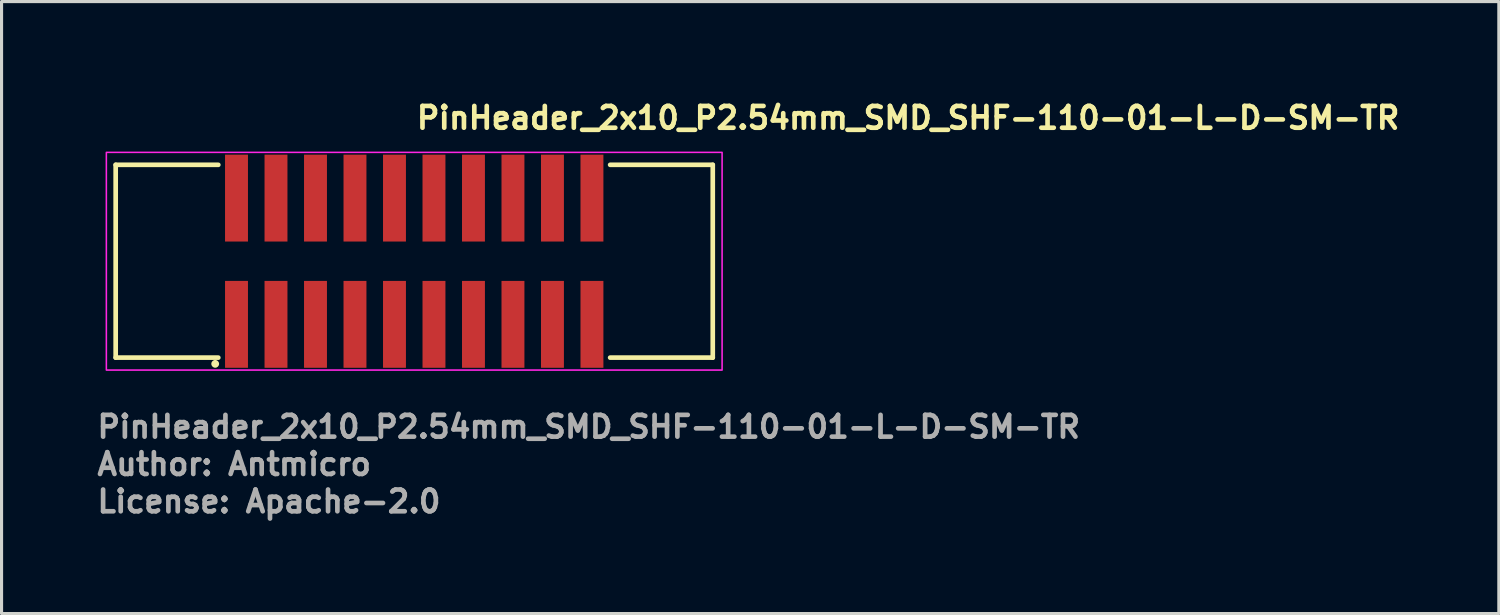
<source format=kicad_pcb>
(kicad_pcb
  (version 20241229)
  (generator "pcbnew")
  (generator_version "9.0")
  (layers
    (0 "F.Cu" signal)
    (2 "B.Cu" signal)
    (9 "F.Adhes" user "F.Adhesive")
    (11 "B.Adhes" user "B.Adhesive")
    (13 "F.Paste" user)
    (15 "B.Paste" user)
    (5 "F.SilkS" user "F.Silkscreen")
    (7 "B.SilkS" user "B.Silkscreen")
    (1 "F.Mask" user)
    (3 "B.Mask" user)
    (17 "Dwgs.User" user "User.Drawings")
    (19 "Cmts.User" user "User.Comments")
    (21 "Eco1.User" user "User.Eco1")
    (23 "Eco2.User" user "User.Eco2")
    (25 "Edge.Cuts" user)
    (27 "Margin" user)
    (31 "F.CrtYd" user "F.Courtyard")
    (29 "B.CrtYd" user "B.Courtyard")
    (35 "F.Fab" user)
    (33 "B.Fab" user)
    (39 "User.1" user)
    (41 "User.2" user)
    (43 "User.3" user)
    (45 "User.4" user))
  (footprint "PinHeader_2x10_P2.54mm_SMD_SHF-110-01-L-D-SM-TR"
    (layer "F.Cu")
    (at 10.27 5.35)
    (property "Reference" "PinHeader_2x10_P2.54mm_SMD_SHF-110-01-L-D-SM-TR" (at 0 -4.2 0) (unlocked yes) (layer "F.SilkS") (effects (font (size 0.7 0.7) (thickness 0.15)) (justify left bottom)))
    (attr smd)
    (fp_line (start -9.6 -3.1) (end -9.6 3.1) (stroke (width 0.15) (type solid)) (layer "F.SilkS"))
    (fp_line (start -9.6 3.1) (end -6.3 3.1) (stroke (width 0.15) (type solid)) (layer "F.SilkS"))
    (fp_line (start -6.3 -3.1) (end -9.6 -3.1) (stroke (width 0.15) (type solid)) (layer "F.SilkS"))
    (fp_line (start 6.3 3.1) (end 9.6 3.1) (stroke (width 0.15) (type solid)) (layer "F.SilkS"))
    (fp_line (start 9.6 -3.1) (end 6.3 -3.1) (stroke (width 0.15) (type solid)) (layer "F.SilkS"))
    (fp_line (start 9.6 3.1) (end 9.6 -3.1) (stroke (width 0.15) (type solid)) (layer "F.SilkS"))
    (fp_circle (center -6.4 3.3) (end -6.35 3.3) (stroke (width 0.15) (type solid)) (fill yes) (layer "F.SilkS"))
    (fp_rect (start -9.9 -3.5) (end 9.9 3.5) (stroke (width 0.05) (type solid)) (fill no) (layer "F.CrtYd"))
    (fp_rect (start -9.525 -3.048) (end 9.525 3.048) (stroke (width 0.1) (type solid)) (fill no) (layer "User.5"))
    (fp_line (start -9.525 -0.635) (end -9.525 -3.048) (stroke (width 0.02) (type solid)) (layer "User.9"))
    (fp_line (start -9.525 -0.635) (end -9.398 -0.635) (stroke (width 0.02) (type solid)) (layer "User.9"))
    (fp_line (start -9.525 2.54) (end -9.525 0.635) (stroke (width 0.02) (type solid)) (layer "User.9"))
    (fp_line (start -9.398 -0.635) (end -9.398 0.635) (stroke (width 0.02) (type solid)) (layer "User.9"))
    (fp_line (start -9.398 0.635) (end -9.525 0.635) (stroke (width 0.02) (type solid)) (layer "User.9"))
    (fp_line (start -8.913 -2.055) (end -8.913 2.055) (stroke (width 0.02) (type solid)) (layer "User.9"))
    (fp_line (start -8.913 -2.055) (end -8.636 -1.778) (stroke (width 0.02) (type solid)) (layer "User.9"))
    (fp_line (start -8.913 2.055) (end -8.636 1.778) (stroke (width 0.02) (type solid)) (layer "User.9"))
    (fp_line (start -8.913 2.055) (end -1.27 2.055) (stroke (width 0.02) (type solid)) (layer "User.9"))
    (fp_line (start -8.636 -1.778) (end -8.636 1.778) (stroke (width 0.02) (type solid)) (layer "User.9"))
    (fp_line (start -8.636 1.778) (end -1.27 1.778) (stroke (width 0.02) (type solid)) (layer "User.9"))
    (fp_line (start -8.585 -3.048) (end -9.525 -3.048) (stroke (width 0.02) (type solid)) (layer "User.9"))
    (fp_line (start -8.585 -2.54) (end -8.585 -3.048) (stroke (width 0.02) (type solid)) (layer "User.9"))
    (fp_line (start -6.223 2.286) (end -6.223 2.54) (stroke (width 0.02) (type solid)) (layer "User.9"))
    (fp_line (start -6.223 2.286) (end -6.223 2.54) (stroke (width 0.02) (type solid)) (layer "User.9"))
    (fp_line (start -6.223 2.54) (end -9.525 2.54) (stroke (width 0.02) (type solid)) (layer "User.9"))
    (fp_line (start -6.198 2.54) (end -6.223 2.54) (stroke (width 0.02) (type solid)) (layer "User.9"))
    (fp_line (start -6.198 2.54) (end -6.198 2.311) (stroke (width 0.02) (type solid)) (layer "User.9"))
    (fp_line (start -5.918 -3.048) (end -5.918 -2.946) (stroke (width 0.02) (type solid)) (layer "User.9"))
    (fp_line (start -5.918 -2.946) (end -5.918 -2.54) (stroke (width 0.02) (type solid)) (layer "User.9"))
    (fp_line (start -5.918 -0.838) (end -5.918 -0.737) (stroke (width 0.02) (type solid)) (layer "User.9"))
    (fp_line (start -5.918 -0.737) (end -5.918 -0.533) (stroke (width 0.02) (type solid)) (layer "User.9"))
    (fp_line (start -5.918 -0.533) (end -5.918 -0.432) (stroke (width 0.02) (type solid)) (layer "User.9"))
    (fp_line (start -5.918 0.432) (end -5.918 0.533) (stroke (width 0.02) (type solid)) (layer "User.9"))
    (fp_line (start -5.918 0.533) (end -5.918 0.737) (stroke (width 0.02) (type solid)) (layer "User.9"))
    (fp_line (start -5.918 0.737) (end -5.918 0.838) (stroke (width 0.02) (type solid)) (layer "User.9"))
    (fp_line (start -5.918 2.54) (end -5.918 2.946) (stroke (width 0.02) (type solid)) (layer "User.9"))
    (fp_line (start -5.918 2.946) (end -5.918 3.048) (stroke (width 0.02) (type solid)) (layer "User.9"))
    (fp_line (start -5.715 2.54) (end -6.198 2.54) (stroke (width 0.02) (type solid)) (layer "User.9"))
    (fp_line (start -5.715 2.54) (end -5.715 2.311) (stroke (width 0.02) (type solid)) (layer "User.9"))
    (fp_line (start -5.512 -3.048) (end -5.918 -3.048) (stroke (width 0.02) (type solid)) (layer "User.9"))
    (fp_line (start -5.512 -3.048) (end -5.512 -2.946) (stroke (width 0.02) (type solid)) (layer "User.9"))
    (fp_line (start -5.512 -2.946) (end -5.918 -2.946) (stroke (width 0.02) (type solid)) (layer "User.9"))
    (fp_line (start -5.512 -2.946) (end -5.512 -2.54) (stroke (width 0.02) (type solid)) (layer "User.9"))
    (fp_line (start -5.512 -0.838) (end -5.918 -0.838) (stroke (width 0.02) (type solid)) (layer "User.9"))
    (fp_line (start -5.512 -0.838) (end -5.512 -0.737) (stroke (width 0.02) (type solid)) (layer "User.9"))
    (fp_line (start -5.512 -0.737) (end -5.918 -0.737) (stroke (width 0.02) (type solid)) (layer "User.9"))
    (fp_line (start -5.512 -0.737) (end -5.512 -0.533) (stroke (width 0.02) (type solid)) (layer "User.9"))
    (fp_line (start -5.512 -0.533) (end -5.918 -0.533) (stroke (width 0.02) (type solid)) (layer "User.9"))
    (fp_line (start -5.512 -0.533) (end -5.512 -0.432) (stroke (width 0.02) (type solid)) (layer "User.9"))
    (fp_line (start -5.512 -0.432) (end -5.918 -0.432) (stroke (width 0.02) (type solid)) (layer "User.9"))
    (fp_line (start -5.512 0.432) (end -5.918 0.432) (stroke (width 0.02) (type solid)) (layer "User.9"))
    (fp_line (start -5.512 0.432) (end -5.512 0.533) (stroke (width 0.02) (type solid)) (layer "User.9"))
    (fp_line (start -5.512 0.533) (end -5.918 0.533) (stroke (width 0.02) (type solid)) (layer "User.9"))
    (fp_line (start -5.512 0.533) (end -5.512 0.737) (stroke (width 0.02) (type solid)) (layer "User.9"))
    (fp_line (start -5.512 0.737) (end -5.918 0.737) (stroke (width 0.02) (type solid)) (layer "User.9"))
    (fp_line (start -5.512 0.737) (end -5.512 0.838) (stroke (width 0.02) (type solid)) (layer "User.9"))
    (fp_line (start -5.512 0.838) (end -5.918 0.838) (stroke (width 0.02) (type solid)) (layer "User.9"))
    (fp_line (start -5.512 2.54) (end -5.512 2.946) (stroke (width 0.02) (type solid)) (layer "User.9"))
    (fp_line (start -5.512 2.946) (end -5.918 2.946) (stroke (width 0.02) (type solid)) (layer "User.9"))
    (fp_line (start -5.512 2.946) (end -5.512 3.048) (stroke (width 0.02) (type solid)) (layer "User.9"))
    (fp_line (start -5.512 3.048) (end -5.918 3.048) (stroke (width 0.02) (type solid)) (layer "User.9"))
    (fp_line (start -5.232 2.311) (end -6.198 2.311) (stroke (width 0.02) (type solid)) (layer "User.9"))
    (fp_line (start -5.232 2.54) (end -5.715 2.54) (stroke (width 0.02) (type solid)) (layer "User.9"))
    (fp_line (start -5.232 2.54) (end -5.232 2.311) (stroke (width 0.02) (type solid)) (layer "User.9"))
    (fp_line (start -5.207 2.286) (end -6.223 2.286) (stroke (width 0.02) (type solid)) (layer "User.9"))
    (fp_line (start -5.207 2.286) (end -6.223 2.286) (stroke (width 0.02) (type solid)) (layer "User.9"))
    (fp_line (start -5.207 2.286) (end -5.207 2.54) (stroke (width 0.02) (type solid)) (layer "User.9"))
    (fp_line (start -5.207 2.286) (end -5.207 2.54) (stroke (width 0.02) (type solid)) (layer "User.9"))
    (fp_line (start -5.207 2.54) (end -5.232 2.54) (stroke (width 0.02) (type solid)) (layer "User.9"))
    (fp_line (start -4.648 -2.946) (end -4.648 -3.048) (stroke (width 0.02) (type solid)) (layer "User.9"))
    (fp_line (start -4.648 -2.54) (end -4.648 -2.946) (stroke (width 0.02) (type solid)) (layer "User.9"))
    (fp_line (start -4.648 -0.737) (end -4.648 -0.838) (stroke (width 0.02) (type solid)) (layer "User.9"))
    (fp_line (start -4.648 -0.533) (end -4.648 -0.737) (stroke (width 0.02) (type solid)) (layer "User.9"))
    (fp_line (start -4.648 -0.432) (end -4.648 -0.533) (stroke (width 0.02) (type solid)) (layer "User.9"))
    (fp_line (start -4.648 0.533) (end -4.648 0.432) (stroke (width 0.02) (type solid)) (layer "User.9"))
    (fp_line (start -4.648 0.737) (end -4.648 0.533) (stroke (width 0.02) (type solid)) (layer "User.9"))
    (fp_line (start -4.648 0.838) (end -4.648 0.737) (stroke (width 0.02) (type solid)) (layer "User.9"))
    (fp_line (start -4.648 2.946) (end -4.648 2.54) (stroke (width 0.02) (type solid)) (layer "User.9"))
    (fp_line (start -4.648 3.048) (end -4.648 2.946) (stroke (width 0.02) (type solid)) (layer "User.9"))
    (fp_line (start -4.242 -3.048) (end -4.648 -3.048) (stroke (width 0.02) (type solid)) (layer "User.9"))
    (fp_line (start -4.242 -3.048) (end -4.242 -2.946) (stroke (width 0.02) (type solid)) (layer "User.9"))
    (fp_line (start -4.242 -2.946) (end -4.648 -2.946) (stroke (width 0.02) (type solid)) (layer "User.9"))
    (fp_line (start -4.242 -2.946) (end -4.242 -2.54) (stroke (width 0.02) (type solid)) (layer "User.9"))
    (fp_line (start -4.242 -0.838) (end -4.648 -0.838) (stroke (width 0.02) (type solid)) (layer "User.9"))
    (fp_line (start -4.242 -0.838) (end -4.242 -0.737) (stroke (width 0.02) (type solid)) (layer "User.9"))
    (fp_line (start -4.242 -0.737) (end -4.648 -0.737) (stroke (width 0.02) (type solid)) (layer "User.9"))
    (fp_line (start -4.242 -0.737) (end -4.242 -0.533) (stroke (width 0.02) (type solid)) (layer "User.9"))
    (fp_line (start -4.242 -0.533) (end -4.648 -0.533) (stroke (width 0.02) (type solid)) (layer "User.9"))
    (fp_line (start -4.242 -0.533) (end -4.242 -0.432) (stroke (width 0.02) (type solid)) (layer "User.9"))
    (fp_line (start -4.242 -0.432) (end -4.648 -0.432) (stroke (width 0.02) (type solid)) (layer "User.9"))
    (fp_line (start -4.242 0.432) (end -4.648 0.432) (stroke (width 0.02) (type solid)) (layer "User.9"))
    (fp_line (start -4.242 0.432) (end -4.242 0.533) (stroke (width 0.02) (type solid)) (layer "User.9"))
    (fp_line (start -4.242 0.533) (end -4.648 0.533) (stroke (width 0.02) (type solid)) (layer "User.9"))
    (fp_line (start -4.242 0.533) (end -4.242 0.737) (stroke (width 0.02) (type solid)) (layer "User.9"))
    (fp_line (start -4.242 0.737) (end -4.648 0.737) (stroke (width 0.02) (type solid)) (layer "User.9"))
    (fp_line (start -4.242 0.737) (end -4.242 0.838) (stroke (width 0.02) (type solid)) (layer "User.9"))
    (fp_line (start -4.242 0.838) (end -4.648 0.838) (stroke (width 0.02) (type solid)) (layer "User.9"))
    (fp_line (start -4.242 2.54) (end -4.242 2.946) (stroke (width 0.02) (type solid)) (layer "User.9"))
    (fp_line (start -4.242 2.946) (end -4.648 2.946) (stroke (width 0.02) (type solid)) (layer "User.9"))
    (fp_line (start -4.242 2.946) (end -4.242 3.048) (stroke (width 0.02) (type solid)) (layer "User.9"))
    (fp_line (start -4.242 3.048) (end -4.648 3.048) (stroke (width 0.02) (type solid)) (layer "User.9"))
    (fp_line (start -3.378 -2.946) (end -3.378 -3.048) (stroke (width 0.02) (type solid)) (layer "User.9"))
    (fp_line (start -3.378 -2.54) (end -3.378 -2.946) (stroke (width 0.02) (type solid)) (layer "User.9"))
    (fp_line (start -3.378 -0.737) (end -3.378 -0.838) (stroke (width 0.02) (type solid)) (layer "User.9"))
    (fp_line (start -3.378 -0.533) (end -3.378 -0.737) (stroke (width 0.02) (type solid)) (layer "User.9"))
    (fp_line (start -3.378 -0.432) (end -3.378 -0.533) (stroke (width 0.02) (type solid)) (layer "User.9"))
    (fp_line (start -3.378 0.533) (end -3.378 0.432) (stroke (width 0.02) (type solid)) (layer "User.9"))
    (fp_line (start -3.378 0.737) (end -3.378 0.533) (stroke (width 0.02) (type solid)) (layer "User.9"))
    (fp_line (start -3.378 0.838) (end -3.378 0.737) (stroke (width 0.02) (type solid)) (layer "User.9"))
    (fp_line (start -3.378 2.946) (end -3.378 2.54) (stroke (width 0.02) (type solid)) (layer "User.9"))
    (fp_line (start -3.378 3.048) (end -3.378 2.946) (stroke (width 0.02) (type solid)) (layer "User.9"))
    (fp_line (start -2.972 -3.048) (end -3.378 -3.048) (stroke (width 0.02) (type solid)) (layer "User.9"))
    (fp_line (start -2.972 -3.048) (end -2.972 -2.946) (stroke (width 0.02) (type solid)) (layer "User.9"))
    (fp_line (start -2.972 -2.946) (end -3.378 -2.946) (stroke (width 0.02) (type solid)) (layer "User.9"))
    (fp_line (start -2.972 -2.946) (end -2.972 -2.54) (stroke (width 0.02) (type solid)) (layer "User.9"))
    (fp_line (start -2.972 -0.838) (end -3.378 -0.838) (stroke (width 0.02) (type solid)) (layer "User.9"))
    (fp_line (start -2.972 -0.838) (end -2.972 -0.737) (stroke (width 0.02) (type solid)) (layer "User.9"))
    (fp_line (start -2.972 -0.737) (end -3.378 -0.737) (stroke (width 0.02) (type solid)) (layer "User.9"))
    (fp_line (start -2.972 -0.737) (end -2.972 -0.533) (stroke (width 0.02) (type solid)) (layer "User.9"))
    (fp_line (start -2.972 -0.533) (end -3.378 -0.533) (stroke (width 0.02) (type solid)) (layer "User.9"))
    (fp_line (start -2.972 -0.533) (end -2.972 -0.432) (stroke (width 0.02) (type solid)) (layer "User.9"))
    (fp_line (start -2.972 -0.432) (end -3.378 -0.432) (stroke (width 0.02) (type solid)) (layer "User.9"))
    (fp_line (start -2.972 0.432) (end -3.378 0.432) (stroke (width 0.02) (type solid)) (layer "User.9"))
    (fp_line (start -2.972 0.432) (end -2.972 0.533) (stroke (width 0.02) (type solid)) (layer "User.9"))
    (fp_line (start -2.972 0.533) (end -3.378 0.533) (stroke (width 0.02) (type solid)) (layer "User.9"))
    (fp_line (start -2.972 0.533) (end -2.972 0.737) (stroke (width 0.02) (type solid)) (layer "User.9"))
    (fp_line (start -2.972 0.737) (end -3.378 0.737) (stroke (width 0.02) (type solid)) (layer "User.9"))
    (fp_line (start -2.972 0.737) (end -2.972 0.838) (stroke (width 0.02) (type solid)) (layer "User.9"))
    (fp_line (start -2.972 0.838) (end -3.378 0.838) (stroke (width 0.02) (type solid)) (layer "User.9"))
    (fp_line (start -2.972 2.54) (end -2.972 2.946) (stroke (width 0.02) (type solid)) (layer "User.9"))
    (fp_line (start -2.972 2.946) (end -3.378 2.946) (stroke (width 0.02) (type solid)) (layer "User.9"))
    (fp_line (start -2.972 2.946) (end -2.972 3.048) (stroke (width 0.02) (type solid)) (layer "User.9"))
    (fp_line (start -2.972 3.048) (end -3.378 3.048) (stroke (width 0.02) (type solid)) (layer "User.9"))
    (fp_line (start -2.108 -2.946) (end -2.108 -3.048) (stroke (width 0.02) (type solid)) (layer "User.9"))
    (fp_line (start -2.108 -2.54) (end -2.108 -2.946) (stroke (width 0.02) (type solid)) (layer "User.9"))
    (fp_line (start -2.108 -0.737) (end -2.108 -0.838) (stroke (width 0.02) (type solid)) (layer "User.9"))
    (fp_line (start -2.108 -0.533) (end -2.108 -0.737) (stroke (width 0.02) (type solid)) (layer "User.9"))
    (fp_line (start -2.108 -0.432) (end -2.108 -0.533) (stroke (width 0.02) (type solid)) (layer "User.9"))
    (fp_line (start -2.108 0.533) (end -2.108 0.432) (stroke (width 0.02) (type solid)) (layer "User.9"))
    (fp_line (start -2.108 0.737) (end -2.108 0.533) (stroke (width 0.02) (type solid)) (layer "User.9"))
    (fp_line (start -2.108 0.838) (end -2.108 0.737) (stroke (width 0.02) (type solid)) (layer "User.9"))
    (fp_line (start -2.108 2.946) (end -2.108 2.54) (stroke (width 0.02) (type solid)) (layer "User.9"))
    (fp_line (start -2.108 3.048) (end -2.108 2.946) (stroke (width 0.02) (type solid)) (layer "User.9"))
    (fp_line (start -1.702 -3.048) (end -2.108 -3.048) (stroke (width 0.02) (type solid)) (layer "User.9"))
    (fp_line (start -1.702 -3.048) (end -1.702 -2.946) (stroke (width 0.02) (type solid)) (layer "User.9"))
    (fp_line (start -1.702 -2.946) (end -2.108 -2.946) (stroke (width 0.02) (type solid)) (layer "User.9"))
    (fp_line (start -1.702 -2.946) (end -1.702 -2.54) (stroke (width 0.02) (type solid)) (layer "User.9"))
    (fp_line (start -1.702 -0.838) (end -2.108 -0.838) (stroke (width 0.02) (type solid)) (layer "User.9"))
    (fp_line (start -1.702 -0.838) (end -1.702 -0.737) (stroke (width 0.02) (type solid)) (layer "User.9"))
    (fp_line (start -1.702 -0.737) (end -2.108 -0.737) (stroke (width 0.02) (type solid)) (layer "User.9"))
    (fp_line (start -1.702 -0.737) (end -1.702 -0.533) (stroke (width 0.02) (type solid)) (layer "User.9"))
    (fp_line (start -1.702 -0.533) (end -2.108 -0.533) (stroke (width 0.02) (type solid)) (layer "User.9"))
    (fp_line (start -1.702 -0.533) (end -1.702 -0.432) (stroke (width 0.02) (type solid)) (layer "User.9"))
    (fp_line (start -1.702 -0.432) (end -2.108 -0.432) (stroke (width 0.02) (type solid)) (layer "User.9"))
    (fp_line (start -1.702 0.432) (end -2.108 0.432) (stroke (width 0.02) (type solid)) (layer "User.9"))
    (fp_line (start -1.702 0.432) (end -1.702 0.533) (stroke (width 0.02) (type solid)) (layer "User.9"))
    (fp_line (start -1.702 0.533) (end -2.108 0.533) (stroke (width 0.02) (type solid)) (layer "User.9"))
    (fp_line (start -1.702 0.533) (end -1.702 0.737) (stroke (width 0.02) (type solid)) (layer "User.9"))
    (fp_line (start -1.702 0.737) (end -2.108 0.737) (stroke (width 0.02) (type solid)) (layer "User.9"))
    (fp_line (start -1.702 0.737) (end -1.702 0.838) (stroke (width 0.02) (type solid)) (layer "User.9"))
    (fp_line (start -1.702 0.838) (end -2.108 0.838) (stroke (width 0.02) (type solid)) (layer "User.9"))
    (fp_line (start -1.702 2.54) (end -1.702 2.946) (stroke (width 0.02) (type solid)) (layer "User.9"))
    (fp_line (start -1.702 2.946) (end -2.108 2.946) (stroke (width 0.02) (type solid)) (layer "User.9"))
    (fp_line (start -1.702 2.946) (end -1.702 3.048) (stroke (width 0.02) (type solid)) (layer "User.9"))
    (fp_line (start -1.702 3.048) (end -2.108 3.048) (stroke (width 0.02) (type solid)) (layer "User.9"))
    (fp_line (start -1.27 -3.048) (end -1.27 -2.54) (stroke (width 0.02) (type solid)) (layer "User.9"))
    (fp_line (start -1.27 -2.54) (end -8.585 -2.54) (stroke (width 0.02) (type solid)) (layer "User.9"))
    (fp_line (start -1.27 2.055) (end -1.27 1.778) (stroke (width 0.02) (type solid)) (layer "User.9"))
    (fp_line (start -1.27 2.54) (end -5.207 2.54) (stroke (width 0.02) (type solid)) (layer "User.9"))
    (fp_line (start -1.27 2.54) (end -1.27 2.055) (stroke (width 0.02) (type solid)) (layer "User.9"))
    (fp_line (start -1.27 2.54) (end 1.27 2.54) (stroke (width 0.02) (type solid)) (layer "User.9"))
    (fp_line (start -0.838 -0.737) (end -0.838 -0.838) (stroke (width 0.02) (type solid)) (layer "User.9"))
    (fp_line (start -0.838 -0.533) (end -0.838 -0.737) (stroke (width 0.02) (type solid)) (layer "User.9"))
    (fp_line (start -0.838 -0.432) (end -0.838 -0.533) (stroke (width 0.02) (type solid)) (layer "User.9"))
    (fp_line (start -0.838 0.533) (end -0.838 0.432) (stroke (width 0.02) (type solid)) (layer "User.9"))
    (fp_line (start -0.838 0.737) (end -0.838 0.533) (stroke (width 0.02) (type solid)) (layer "User.9"))
    (fp_line (start -0.838 0.838) (end -0.838 0.737) (stroke (width 0.02) (type solid)) (layer "User.9"))
    (fp_line (start -0.838 2.946) (end -0.838 2.54) (stroke (width 0.02) (type solid)) (layer "User.9"))
    (fp_line (start -0.838 3.048) (end -0.838 2.946) (stroke (width 0.02) (type solid)) (layer "User.9"))
    (fp_line (start -0.432 -0.838) (end -0.838 -0.838) (stroke (width 0.02) (type solid)) (layer "User.9"))
    (fp_line (start -0.432 -0.838) (end -0.432 -0.737) (stroke (width 0.02) (type solid)) (layer "User.9"))
    (fp_line (start -0.432 -0.737) (end -0.838 -0.737) (stroke (width 0.02) (type solid)) (layer "User.9"))
    (fp_line (start -0.432 -0.737) (end -0.432 -0.533) (stroke (width 0.02) (type solid)) (layer "User.9"))
    (fp_line (start -0.432 -0.533) (end -0.838 -0.533) (stroke (width 0.02) (type solid)) (layer "User.9"))
    (fp_line (start -0.432 -0.533) (end -0.432 -0.432) (stroke (width 0.02) (type solid)) (layer "User.9"))
    (fp_line (start -0.432 -0.432) (end -0.838 -0.432) (stroke (width 0.02) (type solid)) (layer "User.9"))
    (fp_line (start -0.432 0.432) (end -0.838 0.432) (stroke (width 0.02) (type solid)) (layer "User.9"))
    (fp_line (start -0.432 0.432) (end -0.432 0.533) (stroke (width 0.02) (type solid)) (layer "User.9"))
    (fp_line (start -0.432 0.533) (end -0.838 0.533) (stroke (width 0.02) (type solid)) (layer "User.9"))
    (fp_line (start -0.432 0.533) (end -0.432 0.737) (stroke (width 0.02) (type solid)) (layer "User.9"))
    (fp_line (start -0.432 0.737) (end -0.838 0.737) (stroke (width 0.02) (type solid)) (layer "User.9"))
    (fp_line (start -0.432 0.737) (end -0.432 0.838) (stroke (width 0.02) (type solid)) (layer "User.9"))
    (fp_line (start -0.432 0.838) (end -0.838 0.838) (stroke (width 0.02) (type solid)) (layer "User.9"))
    (fp_line (start -0.432 2.54) (end -0.432 2.946) (stroke (width 0.02) (type solid)) (layer "User.9"))
    (fp_line (start -0.432 2.946) (end -0.838 2.946) (stroke (width 0.02) (type solid)) (layer "User.9"))
    (fp_line (start -0.432 2.946) (end -0.432 3.048) (stroke (width 0.02) (type solid)) (layer "User.9"))
    (fp_line (start -0.432 3.048) (end -0.838 3.048) (stroke (width 0.02) (type solid)) (layer "User.9"))
    (fp_line (start 0.432 -0.737) (end 0.432 -0.838) (stroke (width 0.02) (type solid)) (layer "User.9"))
    (fp_line (start 0.432 -0.533) (end 0.432 -0.737) (stroke (width 0.02) (type solid)) (layer "User.9"))
    (fp_line (start 0.432 -0.432) (end 0.432 -0.533) (stroke (width 0.02) (type solid)) (layer "User.9"))
    (fp_line (start 0.432 0.533) (end 0.432 0.432) (stroke (width 0.02) (type solid)) (layer "User.9"))
    (fp_line (start 0.432 0.737) (end 0.432 0.533) (stroke (width 0.02) (type solid)) (layer "User.9"))
    (fp_line (start 0.432 0.838) (end 0.432 0.737) (stroke (width 0.02) (type solid)) (layer "User.9"))
    (fp_line (start 0.432 2.946) (end 0.432 2.54) (stroke (width 0.02) (type solid)) (layer "User.9"))
    (fp_line (start 0.432 3.048) (end 0.432 2.946) (stroke (width 0.02) (type solid)) (layer "User.9"))
    (fp_line (start 0.838 -0.838) (end 0.432 -0.838) (stroke (width 0.02) (type solid)) (layer "User.9"))
    (fp_line (start 0.838 -0.838) (end 0.838 -0.737) (stroke (width 0.02) (type solid)) (layer "User.9"))
    (fp_line (start 0.838 -0.737) (end 0.432 -0.737) (stroke (width 0.02) (type solid)) (layer "User.9"))
    (fp_line (start 0.838 -0.737) (end 0.838 -0.533) (stroke (width 0.02) (type solid)) (layer "User.9"))
    (fp_line (start 0.838 -0.533) (end 0.432 -0.533) (stroke (width 0.02) (type solid)) (layer "User.9"))
    (fp_line (start 0.838 -0.533) (end 0.838 -0.432) (stroke (width 0.02) (type solid)) (layer "User.9"))
    (fp_line (start 0.838 -0.432) (end 0.432 -0.432) (stroke (width 0.02) (type solid)) (layer "User.9"))
    (fp_line (start 0.838 0.432) (end 0.432 0.432) (stroke (width 0.02) (type solid)) (layer "User.9"))
    (fp_line (start 0.838 0.432) (end 0.838 0.533) (stroke (width 0.02) (type solid)) (layer "User.9"))
    (fp_line (start 0.838 0.533) (end 0.432 0.533) (stroke (width 0.02) (type solid)) (layer "User.9"))
    (fp_line (start 0.838 0.533) (end 0.838 0.737) (stroke (width 0.02) (type solid)) (layer "User.9"))
    (fp_line (start 0.838 0.737) (end 0.432 0.737) (stroke (width 0.02) (type solid)) (layer "User.9"))
    (fp_line (start 0.838 0.737) (end 0.838 0.838) (stroke (width 0.02) (type solid)) (layer "User.9"))
    (fp_line (start 0.838 0.838) (end 0.432 0.838) (stroke (width 0.02) (type solid)) (layer "User.9"))
    (fp_line (start 0.838 2.54) (end 0.838 2.946) (stroke (width 0.02) (type solid)) (layer "User.9"))
    (fp_line (start 0.838 2.946) (end 0.432 2.946) (stroke (width 0.02) (type solid)) (layer "User.9"))
    (fp_line (start 0.838 2.946) (end 0.838 3.048) (stroke (width 0.02) (type solid)) (layer "User.9"))
    (fp_line (start 0.838 3.048) (end 0.432 3.048) (stroke (width 0.02) (type solid)) (layer "User.9"))
    (fp_line (start 1.27 -3.048) (end -1.27 -3.048) (stroke (width 0.02) (type solid)) (layer "User.9"))
    (fp_line (start 1.27 -2.54) (end 1.27 -3.048) (stroke (width 0.02) (type solid)) (layer "User.9"))
    (fp_line (start 1.27 1.778) (end 1.27 2.055) (stroke (width 0.02) (type solid)) (layer "User.9"))
    (fp_line (start 1.27 1.778) (end 8.636 1.778) (stroke (width 0.02) (type solid)) (layer "User.9"))
    (fp_line (start 1.27 2.055) (end 8.913 2.055) (stroke (width 0.02) (type solid)) (layer "User.9"))
    (fp_line (start 1.27 2.54) (end 1.27 2.055) (stroke (width 0.02) (type solid)) (layer "User.9"))
    (fp_line (start 1.702 -2.946) (end 1.702 -3.048) (stroke (width 0.02) (type solid)) (layer "User.9"))
    (fp_line (start 1.702 -2.54) (end 1.702 -2.946) (stroke (width 0.02) (type solid)) (layer "User.9"))
    (fp_line (start 1.702 -0.737) (end 1.702 -0.838) (stroke (width 0.02) (type solid)) (layer "User.9"))
    (fp_line (start 1.702 -0.533) (end 1.702 -0.737) (stroke (width 0.02) (type solid)) (layer "User.9"))
    (fp_line (start 1.702 -0.432) (end 1.702 -0.533) (stroke (width 0.02) (type solid)) (layer "User.9"))
    (fp_line (start 1.702 0.533) (end 1.702 0.432) (stroke (width 0.02) (type solid)) (layer "User.9"))
    (fp_line (start 1.702 0.737) (end 1.702 0.533) (stroke (width 0.02) (type solid)) (layer "User.9"))
    (fp_line (start 1.702 0.838) (end 1.702 0.737) (stroke (width 0.02) (type solid)) (layer "User.9"))
    (fp_line (start 1.702 2.946) (end 1.702 2.54) (stroke (width 0.02) (type solid)) (layer "User.9"))
    (fp_line (start 1.702 3.048) (end 1.702 2.946) (stroke (width 0.02) (type solid)) (layer "User.9"))
    (fp_line (start 2.108 -3.048) (end 1.702 -3.048) (stroke (width 0.02) (type solid)) (layer "User.9"))
    (fp_line (start 2.108 -3.048) (end 2.108 -2.946) (stroke (width 0.02) (type solid)) (layer "User.9"))
    (fp_line (start 2.108 -2.946) (end 1.702 -2.946) (stroke (width 0.02) (type solid)) (layer "User.9"))
    (fp_line (start 2.108 -2.946) (end 2.108 -2.54) (stroke (width 0.02) (type solid)) (layer "User.9"))
    (fp_line (start 2.108 -0.838) (end 1.702 -0.838) (stroke (width 0.02) (type solid)) (layer "User.9"))
    (fp_line (start 2.108 -0.838) (end 2.108 -0.737) (stroke (width 0.02) (type solid)) (layer "User.9"))
    (fp_line (start 2.108 -0.737) (end 1.702 -0.737) (stroke (width 0.02) (type solid)) (layer "User.9"))
    (fp_line (start 2.108 -0.737) (end 2.108 -0.533) (stroke (width 0.02) (type solid)) (layer "User.9"))
    (fp_line (start 2.108 -0.533) (end 1.702 -0.533) (stroke (width 0.02) (type solid)) (layer "User.9"))
    (fp_line (start 2.108 -0.533) (end 2.108 -0.432) (stroke (width 0.02) (type solid)) (layer "User.9"))
    (fp_line (start 2.108 -0.432) (end 1.702 -0.432) (stroke (width 0.02) (type solid)) (layer "User.9"))
    (fp_line (start 2.108 0.432) (end 1.702 0.432) (stroke (width 0.02) (type solid)) (layer "User.9"))
    (fp_line (start 2.108 0.432) (end 2.108 0.533) (stroke (width 0.02) (type solid)) (layer "User.9"))
    (fp_line (start 2.108 0.533) (end 1.702 0.533) (stroke (width 0.02) (type solid)) (layer "User.9"))
    (fp_line (start 2.108 0.533) (end 2.108 0.737) (stroke (width 0.02) (type solid)) (layer "User.9"))
    (fp_line (start 2.108 0.737) (end 1.702 0.737) (stroke (width 0.02) (type solid)) (layer "User.9"))
    (fp_line (start 2.108 0.737) (end 2.108 0.838) (stroke (width 0.02) (type solid)) (layer "User.9"))
    (fp_line (start 2.108 0.838) (end 1.702 0.838) (stroke (width 0.02) (type solid)) (layer "User.9"))
    (fp_line (start 2.108 2.54) (end 2.108 2.946) (stroke (width 0.02) (type solid)) (layer "User.9"))
    (fp_line (start 2.108 2.946) (end 1.702 2.946) (stroke (width 0.02) (type solid)) (layer "User.9"))
    (fp_line (start 2.108 2.946) (end 2.108 3.048) (stroke (width 0.02) (type solid)) (layer "User.9"))
    (fp_line (start 2.108 3.048) (end 1.702 3.048) (stroke (width 0.02) (type solid)) (layer "User.9"))
    (fp_line (start 2.972 -2.946) (end 2.972 -3.048) (stroke (width 0.02) (type solid)) (layer "User.9"))
    (fp_line (start 2.972 -2.54) (end 2.972 -2.946) (stroke (width 0.02) (type solid)) (layer "User.9"))
    (fp_line (start 2.972 -0.737) (end 2.972 -0.838) (stroke (width 0.02) (type solid)) (layer "User.9"))
    (fp_line (start 2.972 -0.533) (end 2.972 -0.737) (stroke (width 0.02) (type solid)) (layer "User.9"))
    (fp_line (start 2.972 -0.432) (end 2.972 -0.533) (stroke (width 0.02) (type solid)) (layer "User.9"))
    (fp_line (start 2.972 0.533) (end 2.972 0.432) (stroke (width 0.02) (type solid)) (layer "User.9"))
    (fp_line (start 2.972 0.737) (end 2.972 0.533) (stroke (width 0.02) (type solid)) (layer "User.9"))
    (fp_line (start 2.972 0.838) (end 2.972 0.737) (stroke (width 0.02) (type solid)) (layer "User.9"))
    (fp_line (start 2.972 2.946) (end 2.972 2.54) (stroke (width 0.02) (type solid)) (layer "User.9"))
    (fp_line (start 2.972 3.048) (end 2.972 2.946) (stroke (width 0.02) (type solid)) (layer "User.9"))
    (fp_line (start 3.378 -3.048) (end 2.972 -3.048) (stroke (width 0.02) (type solid)) (layer "User.9"))
    (fp_line (start 3.378 -3.048) (end 3.378 -2.946) (stroke (width 0.02) (type solid)) (layer "User.9"))
    (fp_line (start 3.378 -2.946) (end 2.972 -2.946) (stroke (width 0.02) (type solid)) (layer "User.9"))
    (fp_line (start 3.378 -2.946) (end 3.378 -2.54) (stroke (width 0.02) (type solid)) (layer "User.9"))
    (fp_line (start 3.378 -0.838) (end 2.972 -0.838) (stroke (width 0.02) (type solid)) (layer "User.9"))
    (fp_line (start 3.378 -0.838) (end 3.378 -0.737) (stroke (width 0.02) (type solid)) (layer "User.9"))
    (fp_line (start 3.378 -0.737) (end 2.972 -0.737) (stroke (width 0.02) (type solid)) (layer "User.9"))
    (fp_line (start 3.378 -0.737) (end 3.378 -0.533) (stroke (width 0.02) (type solid)) (layer "User.9"))
    (fp_line (start 3.378 -0.533) (end 2.972 -0.533) (stroke (width 0.02) (type solid)) (layer "User.9"))
    (fp_line (start 3.378 -0.533) (end 3.378 -0.432) (stroke (width 0.02) (type solid)) (layer "User.9"))
    (fp_line (start 3.378 -0.432) (end 2.972 -0.432) (stroke (width 0.02) (type solid)) (layer "User.9"))
    (fp_line (start 3.378 0.432) (end 2.972 0.432) (stroke (width 0.02) (type solid)) (layer "User.9"))
    (fp_line (start 3.378 0.432) (end 3.378 0.533) (stroke (width 0.02) (type solid)) (layer "User.9"))
    (fp_line (start 3.378 0.533) (end 2.972 0.533) (stroke (width 0.02) (type solid)) (layer "User.9"))
    (fp_line (start 3.378 0.533) (end 3.378 0.737) (stroke (width 0.02) (type solid)) (layer "User.9"))
    (fp_line (start 3.378 0.737) (end 2.972 0.737) (stroke (width 0.02) (type solid)) (layer "User.9"))
    (fp_line (start 3.378 0.737) (end 3.378 0.838) (stroke (width 0.02) (type solid)) (layer "User.9"))
    (fp_line (start 3.378 0.838) (end 2.972 0.838) (stroke (width 0.02) (type solid)) (layer "User.9"))
    (fp_line (start 3.378 2.54) (end 3.378 2.946) (stroke (width 0.02) (type solid)) (layer "User.9"))
    (fp_line (start 3.378 2.946) (end 2.972 2.946) (stroke (width 0.02) (type solid)) (layer "User.9"))
    (fp_line (start 3.378 2.946) (end 3.378 3.048) (stroke (width 0.02) (type solid)) (layer "User.9"))
    (fp_line (start 3.378 3.048) (end 2.972 3.048) (stroke (width 0.02) (type solid)) (layer "User.9"))
    (fp_line (start 4.242 -2.946) (end 4.242 -3.048) (stroke (width 0.02) (type solid)) (layer "User.9"))
    (fp_line (start 4.242 -2.54) (end 4.242 -2.946) (stroke (width 0.02) (type solid)) (layer "User.9"))
    (fp_line (start 4.242 -0.737) (end 4.242 -0.838) (stroke (width 0.02) (type solid)) (layer "User.9"))
    (fp_line (start 4.242 -0.533) (end 4.242 -0.737) (stroke (width 0.02) (type solid)) (layer "User.9"))
    (fp_line (start 4.242 -0.432) (end 4.242 -0.533) (stroke (width 0.02) (type solid)) (layer "User.9"))
    (fp_line (start 4.242 0.533) (end 4.242 0.432) (stroke (width 0.02) (type solid)) (layer "User.9"))
    (fp_line (start 4.242 0.737) (end 4.242 0.533) (stroke (width 0.02) (type solid)) (layer "User.9"))
    (fp_line (start 4.242 0.838) (end 4.242 0.737) (stroke (width 0.02) (type solid)) (layer "User.9"))
    (fp_line (start 4.242 2.946) (end 4.242 2.54) (stroke (width 0.02) (type solid)) (layer "User.9"))
    (fp_line (start 4.242 3.048) (end 4.242 2.946) (stroke (width 0.02) (type solid)) (layer "User.9"))
    (fp_line (start 4.648 -3.048) (end 4.242 -3.048) (stroke (width 0.02) (type solid)) (layer "User.9"))
    (fp_line (start 4.648 -3.048) (end 4.648 -2.946) (stroke (width 0.02) (type solid)) (layer "User.9"))
    (fp_line (start 4.648 -2.946) (end 4.242 -2.946) (stroke (width 0.02) (type solid)) (layer "User.9"))
    (fp_line (start 4.648 -2.946) (end 4.648 -2.54) (stroke (width 0.02) (type solid)) (layer "User.9"))
    (fp_line (start 4.648 -0.838) (end 4.242 -0.838) (stroke (width 0.02) (type solid)) (layer "User.9"))
    (fp_line (start 4.648 -0.838) (end 4.648 -0.737) (stroke (width 0.02) (type solid)) (layer "User.9"))
    (fp_line (start 4.648 -0.737) (end 4.242 -0.737) (stroke (width 0.02) (type solid)) (layer "User.9"))
    (fp_line (start 4.648 -0.737) (end 4.648 -0.533) (stroke (width 0.02) (type solid)) (layer "User.9"))
    (fp_line (start 4.648 -0.533) (end 4.242 -0.533) (stroke (width 0.02) (type solid)) (layer "User.9"))
    (fp_line (start 4.648 -0.533) (end 4.648 -0.432) (stroke (width 0.02) (type solid)) (layer "User.9"))
    (fp_line (start 4.648 -0.432) (end 4.242 -0.432) (stroke (width 0.02) (type solid)) (layer "User.9"))
    (fp_line (start 4.648 0.432) (end 4.242 0.432) (stroke (width 0.02) (type solid)) (layer "User.9"))
    (fp_line (start 4.648 0.432) (end 4.648 0.533) (stroke (width 0.02) (type solid)) (layer "User.9"))
    (fp_line (start 4.648 0.533) (end 4.242 0.533) (stroke (width 0.02) (type solid)) (layer "User.9"))
    (fp_line (start 4.648 0.533) (end 4.648 0.737) (stroke (width 0.02) (type solid)) (layer "User.9"))
    (fp_line (start 4.648 0.737) (end 4.242 0.737) (stroke (width 0.02) (type solid)) (layer "User.9"))
    (fp_line (start 4.648 0.737) (end 4.648 0.838) (stroke (width 0.02) (type solid)) (layer "User.9"))
    (fp_line (start 4.648 0.838) (end 4.242 0.838) (stroke (width 0.02) (type solid)) (layer "User.9"))
    (fp_line (start 4.648 2.54) (end 4.648 2.946) (stroke (width 0.02) (type solid)) (layer "User.9"))
    (fp_line (start 4.648 2.946) (end 4.242 2.946) (stroke (width 0.02) (type solid)) (layer "User.9"))
    (fp_line (start 4.648 2.946) (end 4.648 3.048) (stroke (width 0.02) (type solid)) (layer "User.9"))
    (fp_line (start 4.648 3.048) (end 4.242 3.048) (stroke (width 0.02) (type solid)) (layer "User.9"))
    (fp_line (start 5.512 -2.946) (end 5.512 -3.048) (stroke (width 0.02) (type solid)) (layer "User.9"))
    (fp_line (start 5.512 -2.54) (end 5.512 -2.946) (stroke (width 0.02) (type solid)) (layer "User.9"))
    (fp_line (start 5.512 -0.737) (end 5.512 -0.838) (stroke (width 0.02) (type solid)) (layer "User.9"))
    (fp_line (start 5.512 -0.533) (end 5.512 -0.737) (stroke (width 0.02) (type solid)) (layer "User.9"))
    (fp_line (start 5.512 -0.432) (end 5.512 -0.533) (stroke (width 0.02) (type solid)) (layer "User.9"))
    (fp_line (start 5.512 0.533) (end 5.512 0.432) (stroke (width 0.02) (type solid)) (layer "User.9"))
    (fp_line (start 5.512 0.737) (end 5.512 0.533) (stroke (width 0.02) (type solid)) (layer "User.9"))
    (fp_line (start 5.512 0.838) (end 5.512 0.737) (stroke (width 0.02) (type solid)) (layer "User.9"))
    (fp_line (start 5.512 2.946) (end 5.512 2.54) (stroke (width 0.02) (type solid)) (layer "User.9"))
    (fp_line (start 5.512 3.048) (end 5.512 2.946) (stroke (width 0.02) (type solid)) (layer "User.9"))
    (fp_line (start 5.918 -3.048) (end 5.512 -3.048) (stroke (width 0.02) (type solid)) (layer "User.9"))
    (fp_line (start 5.918 -3.048) (end 5.918 -2.946) (stroke (width 0.02) (type solid)) (layer "User.9"))
    (fp_line (start 5.918 -2.946) (end 5.512 -2.946) (stroke (width 0.02) (type solid)) (layer "User.9"))
    (fp_line (start 5.918 -2.946) (end 5.918 -2.54) (stroke (width 0.02) (type solid)) (layer "User.9"))
    (fp_line (start 5.918 -0.838) (end 5.512 -0.838) (stroke (width 0.02) (type solid)) (layer "User.9"))
    (fp_line (start 5.918 -0.838) (end 5.918 -0.737) (stroke (width 0.02) (type solid)) (layer "User.9"))
    (fp_line (start 5.918 -0.737) (end 5.512 -0.737) (stroke (width 0.02) (type solid)) (layer "User.9"))
    (fp_line (start 5.918 -0.737) (end 5.918 -0.533) (stroke (width 0.02) (type solid)) (layer "User.9"))
    (fp_line (start 5.918 -0.533) (end 5.512 -0.533) (stroke (width 0.02) (type solid)) (layer "User.9"))
    (fp_line (start 5.918 -0.533) (end 5.918 -0.432) (stroke (width 0.02) (type solid)) (layer "User.9"))
    (fp_line (start 5.918 -0.432) (end 5.512 -0.432) (stroke (width 0.02) (type solid)) (layer "User.9"))
    (fp_line (start 5.918 0.432) (end 5.512 0.432) (stroke (width 0.02) (type solid)) (layer "User.9"))
    (fp_line (start 5.918 0.432) (end 5.918 0.533) (stroke (width 0.02) (type solid)) (layer "User.9"))
    (fp_line (start 5.918 0.533) (end 5.512 0.533) (stroke (width 0.02) (type solid)) (layer "User.9"))
    (fp_line (start 5.918 0.533) (end 5.918 0.737) (stroke (width 0.02) (type solid)) (layer "User.9"))
    (fp_line (start 5.918 0.737) (end 5.512 0.737) (stroke (width 0.02) (type solid)) (layer "User.9"))
    (fp_line (start 5.918 0.737) (end 5.918 0.838) (stroke (width 0.02) (type solid)) (layer "User.9"))
    (fp_line (start 5.918 0.838) (end 5.512 0.838) (stroke (width 0.02) (type solid)) (layer "User.9"))
    (fp_line (start 5.918 2.54) (end 5.918 2.946) (stroke (width 0.02) (type solid)) (layer "User.9"))
    (fp_line (start 5.918 2.946) (end 5.512 2.946) (stroke (width 0.02) (type solid)) (layer "User.9"))
    (fp_line (start 5.918 2.946) (end 5.918 3.048) (stroke (width 0.02) (type solid)) (layer "User.9"))
    (fp_line (start 5.918 3.048) (end 5.512 3.048) (stroke (width 0.02) (type solid)) (layer "User.9"))
    (fp_line (start 8.585 -3.048) (end 8.585 -2.54) (stroke (width 0.02) (type solid)) (layer "User.9"))
    (fp_line (start 8.585 -2.54) (end 1.27 -2.54) (stroke (width 0.02) (type solid)) (layer "User.9"))
    (fp_line (start 8.636 -1.778) (end -8.636 -1.778) (stroke (width 0.02) (type solid)) (layer "User.9"))
    (fp_line (start 8.636 1.778) (end 8.636 -1.778) (stroke (width 0.02) (type solid)) (layer "User.9"))
    (fp_line (start 8.913 -2.055) (end -8.913 -2.055) (stroke (width 0.02) (type solid)) (layer "User.9"))
    (fp_line (start 8.913 -2.055) (end 8.636 -1.778) (stroke (width 0.02) (type solid)) (layer "User.9"))
    (fp_line (start 8.913 2.055) (end 8.636 1.778) (stroke (width 0.02) (type solid)) (layer "User.9"))
    (fp_line (start 8.913 2.055) (end 8.913 -2.055) (stroke (width 0.02) (type solid)) (layer "User.9"))
    (fp_line (start 9.525 -3.048) (end 8.585 -3.048) (stroke (width 0.02) (type solid)) (layer "User.9"))
    (fp_line (start 9.525 2.54) (end 1.27 2.54) (stroke (width 0.02) (type solid)) (layer "User.9"))
    (fp_line (start 9.525 2.54) (end 9.525 -3.048) (stroke (width 0.02) (type solid)) (layer "User.9"))
    (fp_text user "License: Apache-2.0" (at -10.27 8.134 0) (layer "F.Fab") (effects (font (size 0.7 0.7) (thickness 0.15)) (justify left bottom)))
    (fp_text user "${REFERENCE}" (at -10.27 5.734 0) (layer "F.Fab") (effects (font (size 0.7 0.7) (thickness 0.15)) (justify left bottom)))
    (fp_text user "Author: Antmicro" (at -10.27 6.934 0) (layer "F.Fab") (effects (font (size 0.7 0.7) (thickness 0.15)) (justify left bottom)))
    (pad "1" smd rect (at -5.715 2.03 90) (size 2.794 0.737) (layers "F.Cu" "F.Mask" "F.Paste"))
    (pad "2" smd rect (at -5.715 -2.03 90) (size 2.794 0.737) (layers "F.Cu" "F.Mask" "F.Paste"))
    (pad "3" smd rect (at -4.445 2.03 90) (size 2.794 0.737) (layers "F.Cu" "F.Mask" "F.Paste"))
    (pad "4" smd rect (at -4.445 -2.03 90) (size 2.794 0.737) (layers "F.Cu" "F.Mask" "F.Paste"))
    (pad "5" smd rect (at -3.175 2.03 90) (size 2.794 0.737) (layers "F.Cu" "F.Mask" "F.Paste"))
    (pad "6" smd rect (at -3.175 -2.03 90) (size 2.794 0.737) (layers "F.Cu" "F.Mask" "F.Paste"))
    (pad "7" smd rect (at -1.905 2.03 90) (size 2.794 0.737) (layers "F.Cu" "F.Mask" "F.Paste"))
    (pad "8" smd rect (at -1.905 -2.03 90) (size 2.794 0.737) (layers "F.Cu" "F.Mask" "F.Paste"))
    (pad "9" smd rect (at -0.635 2.03 90) (size 2.794 0.737) (layers "F.Cu" "F.Mask" "F.Paste"))
    (pad "10" smd rect (at -0.635 -2.03 90) (size 2.794 0.737) (layers "F.Cu" "F.Mask" "F.Paste"))
    (pad "11" smd rect (at 0.635 2.03 90) (size 2.794 0.737) (layers "F.Cu" "F.Mask" "F.Paste"))
    (pad "12" smd rect (at 0.635 -2.03 90) (size 2.794 0.737) (layers "F.Cu" "F.Mask" "F.Paste"))
    (pad "13" smd rect (at 1.905 2.03 90) (size 2.794 0.737) (layers "F.Cu" "F.Mask" "F.Paste"))
    (pad "14" smd rect (at 1.905 -2.03 90) (size 2.794 0.737) (layers "F.Cu" "F.Mask" "F.Paste"))
    (pad "15" smd rect (at 3.175 2.03 90) (size 2.794 0.737) (layers "F.Cu" "F.Mask" "F.Paste"))
    (pad "16" smd rect (at 3.175 -2.03 90) (size 2.794 0.737) (layers "F.Cu" "F.Mask" "F.Paste"))
    (pad "17" smd rect (at 4.445 2.03 90) (size 2.794 0.737) (layers "F.Cu" "F.Mask" "F.Paste"))
    (pad "18" smd rect (at 4.445 -2.03 90) (size 2.794 0.737) (layers "F.Cu" "F.Mask" "F.Paste"))
    (pad "19" smd rect (at 5.715 2.03 90) (size 2.794 0.737) (layers "F.Cu" "F.Mask" "F.Paste"))
    (pad "20" smd rect (at 5.715 -2.03 90) (size 2.794 0.737) (layers "F.Cu" "F.Mask" "F.Paste")))
  (gr_rect
    (start -3 -3)
    (end 45.147 16.68)
    (stroke (width 0.1) (type default))
    (fill no)
    (layer "Edge.Cuts")))
</source>
